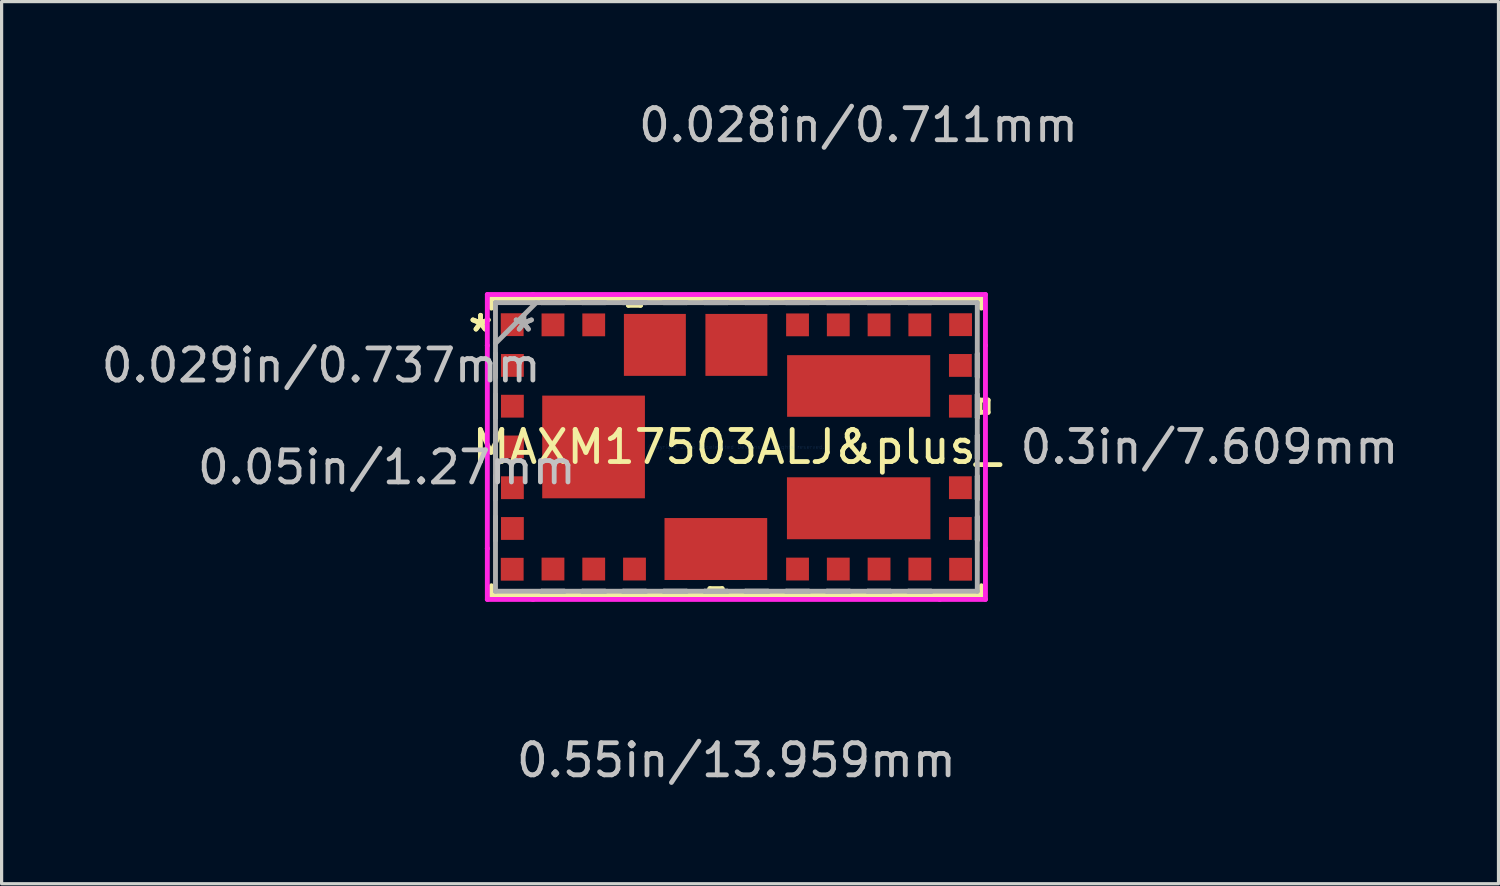
<source format=kicad_pcb>
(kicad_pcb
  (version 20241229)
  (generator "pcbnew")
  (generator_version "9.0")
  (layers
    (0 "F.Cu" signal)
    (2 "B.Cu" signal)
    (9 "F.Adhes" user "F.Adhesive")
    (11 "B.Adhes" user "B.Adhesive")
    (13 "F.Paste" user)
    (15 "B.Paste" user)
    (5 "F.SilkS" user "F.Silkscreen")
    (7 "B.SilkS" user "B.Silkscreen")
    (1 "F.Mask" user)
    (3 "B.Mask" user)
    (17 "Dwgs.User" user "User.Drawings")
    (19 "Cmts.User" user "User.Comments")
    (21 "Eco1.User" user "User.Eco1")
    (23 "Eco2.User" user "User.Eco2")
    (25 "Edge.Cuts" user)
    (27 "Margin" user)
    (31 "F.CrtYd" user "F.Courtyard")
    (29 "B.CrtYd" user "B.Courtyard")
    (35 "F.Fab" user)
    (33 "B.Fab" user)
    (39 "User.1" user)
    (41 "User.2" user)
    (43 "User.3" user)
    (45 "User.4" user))
  (footprint "MAXM17503ALJ&plus_"
    (layer "F.Cu")
    (at 19.894 10.876)
    (property "Reference" "MAXM17503ALJ&plus_" (at 0 0 0) (layer "F.SilkS") (effects (font (size 1 1) (thickness 0.15))))
    (attr through_hole)
    (fp_line (start -7.633 -4.623) (end -7.633 -4.325) (stroke (width 0.152) (type solid)) (layer "F.SilkS"))
    (fp_line (start -7.633 4.325) (end -7.633 4.623) (stroke (width 0.152) (type solid)) (layer "F.SilkS"))
    (fp_line (start -7.633 4.623) (end 7.633 4.623) (stroke (width 0.152) (type solid)) (layer "F.SilkS"))
    (fp_line (start -3.365 -4.668) (end -2.985 -4.668) (stroke (width 0.152) (type solid)) (layer "F.SilkS"))
    (fp_line (start -3.365 -4.414) (end -3.365 -4.668) (stroke (width 0.152) (type solid)) (layer "F.SilkS"))
    (fp_line (start -2.985 -4.668) (end -2.985 -4.414) (stroke (width 0.152) (type solid)) (layer "F.SilkS"))
    (fp_line (start -2.985 -4.414) (end -3.365 -4.414) (stroke (width 0.152) (type solid)) (layer "F.SilkS"))
    (fp_line (start -0.826 4.414) (end -0.826 4.668) (stroke (width 0.152) (type solid)) (layer "F.SilkS"))
    (fp_line (start -0.826 4.668) (end -0.445 4.668) (stroke (width 0.152) (type solid)) (layer "F.SilkS"))
    (fp_line (start -0.445 4.414) (end -0.826 4.414) (stroke (width 0.152) (type solid)) (layer "F.SilkS"))
    (fp_line (start -0.445 4.668) (end -0.445 4.414) (stroke (width 0.152) (type solid)) (layer "F.SilkS"))
    (fp_line (start 7.589 -1.46) (end 7.843 -1.46) (stroke (width 0.152) (type solid)) (layer "F.SilkS"))
    (fp_line (start 7.589 -1.079) (end 7.589 -1.46) (stroke (width 0.152) (type solid)) (layer "F.SilkS"))
    (fp_line (start 7.633 -4.623) (end -7.633 -4.623) (stroke (width 0.152) (type solid)) (layer "F.SilkS"))
    (fp_line (start 7.633 -4.325) (end 7.633 -4.623) (stroke (width 0.152) (type solid)) (layer "F.SilkS"))
    (fp_line (start 7.633 4.623) (end 7.633 4.325) (stroke (width 0.152) (type solid)) (layer "F.SilkS"))
    (fp_line (start 7.843 -1.46) (end 7.843 -1.079) (stroke (width 0.152) (type solid)) (layer "F.SilkS"))
    (fp_line (start 7.843 -1.079) (end 7.589 -1.079) (stroke (width 0.152) (type solid)) (layer "F.SilkS"))
    (fp_line (start -7.76 -4.75) (end -6.337 -4.75) (stroke (width 0.152) (type solid)) (layer "F.CrtYd"))
    (fp_line (start -7.76 -3.162) (end -7.76 -4.75) (stroke (width 0.152) (type solid)) (layer "F.CrtYd"))
    (fp_line (start -7.76 -3.162) (end -7.76 -3.162) (stroke (width 0.152) (type solid)) (layer "F.CrtYd"))
    (fp_line (start -7.76 3.162) (end -7.76 -3.162) (stroke (width 0.152) (type solid)) (layer "F.CrtYd"))
    (fp_line (start -7.76 3.162) (end -7.76 3.162) (stroke (width 0.152) (type solid)) (layer "F.CrtYd"))
    (fp_line (start -7.76 4.75) (end -7.76 3.162) (stroke (width 0.152) (type solid)) (layer "F.CrtYd"))
    (fp_line (start -6.337 -4.75) (end -6.337 -4.75) (stroke (width 0.152) (type solid)) (layer "F.CrtYd"))
    (fp_line (start -6.337 -4.75) (end 6.337 -4.75) (stroke (width 0.152) (type solid)) (layer "F.CrtYd"))
    (fp_line (start -6.337 4.75) (end -7.76 4.75) (stroke (width 0.152) (type solid)) (layer "F.CrtYd"))
    (fp_line (start -6.337 4.75) (end -6.337 4.75) (stroke (width 0.152) (type solid)) (layer "F.CrtYd"))
    (fp_line (start 6.337 -4.75) (end 6.337 -4.75) (stroke (width 0.152) (type solid)) (layer "F.CrtYd"))
    (fp_line (start 6.337 -4.75) (end 7.76 -4.75) (stroke (width 0.152) (type solid)) (layer "F.CrtYd"))
    (fp_line (start 6.337 4.75) (end -6.337 4.75) (stroke (width 0.152) (type solid)) (layer "F.CrtYd"))
    (fp_line (start 6.337 4.75) (end 6.337 4.75) (stroke (width 0.152) (type solid)) (layer "F.CrtYd"))
    (fp_line (start 7.76 -4.75) (end 7.76 -3.162) (stroke (width 0.152) (type solid)) (layer "F.CrtYd"))
    (fp_line (start 7.76 -3.162) (end 7.76 -3.162) (stroke (width 0.152) (type solid)) (layer "F.CrtYd"))
    (fp_line (start 7.76 -3.162) (end 7.76 3.162) (stroke (width 0.152) (type solid)) (layer "F.CrtYd"))
    (fp_line (start 7.76 3.162) (end 7.76 3.162) (stroke (width 0.152) (type solid)) (layer "F.CrtYd"))
    (fp_line (start 7.76 3.162) (end 7.76 4.75) (stroke (width 0.152) (type solid)) (layer "F.CrtYd"))
    (fp_line (start 7.76 4.75) (end 6.337 4.75) (stroke (width 0.152) (type solid)) (layer "F.CrtYd"))
    (fp_line (start -7.506 -4.496) (end -7.506 4.496) (stroke (width 0.152) (type solid)) (layer "F.Fab"))
    (fp_line (start -7.506 -3.226) (end -6.236 -4.496) (stroke (width 0.152) (type solid)) (layer "F.Fab"))
    (fp_line (start -7.506 -2.896) (end -7.506 -2.896) (stroke (width 0.152) (type solid)) (layer "F.Fab"))
    (fp_line (start -7.506 -2.896) (end -7.506 -2.184) (stroke (width 0.152) (type solid)) (layer "F.Fab"))
    (fp_line (start -7.506 -2.184) (end -7.506 -2.896) (stroke (width 0.152) (type solid)) (layer "F.Fab"))
    (fp_line (start -7.506 -2.184) (end -7.506 -2.184) (stroke (width 0.152) (type solid)) (layer "F.Fab"))
    (fp_line (start -7.506 -1.626) (end -7.506 -1.626) (stroke (width 0.152) (type solid)) (layer "F.Fab"))
    (fp_line (start -7.506 -1.626) (end -7.506 -0.914) (stroke (width 0.152) (type solid)) (layer "F.Fab"))
    (fp_line (start -7.506 -0.914) (end -7.506 -1.626) (stroke (width 0.152) (type solid)) (layer "F.Fab"))
    (fp_line (start -7.506 -0.914) (end -7.506 -0.914) (stroke (width 0.152) (type solid)) (layer "F.Fab"))
    (fp_line (start -7.506 -0.356) (end -7.506 -0.356) (stroke (width 0.152) (type solid)) (layer "F.Fab"))
    (fp_line (start -7.506 -0.356) (end -7.506 0.356) (stroke (width 0.152) (type solid)) (layer "F.Fab"))
    (fp_line (start -7.506 0.356) (end -7.506 -0.356) (stroke (width 0.152) (type solid)) (layer "F.Fab"))
    (fp_line (start -7.506 0.356) (end -7.506 0.356) (stroke (width 0.152) (type solid)) (layer "F.Fab"))
    (fp_line (start -7.506 0.914) (end -7.506 0.914) (stroke (width 0.152) (type solid)) (layer "F.Fab"))
    (fp_line (start -7.506 0.914) (end -7.506 1.626) (stroke (width 0.152) (type solid)) (layer "F.Fab"))
    (fp_line (start -7.506 1.626) (end -7.506 0.914) (stroke (width 0.152) (type solid)) (layer "F.Fab"))
    (fp_line (start -7.506 1.626) (end -7.506 1.626) (stroke (width 0.152) (type solid)) (layer "F.Fab"))
    (fp_line (start -7.506 2.184) (end -7.506 2.184) (stroke (width 0.152) (type solid)) (layer "F.Fab"))
    (fp_line (start -7.506 2.184) (end -7.506 2.896) (stroke (width 0.152) (type solid)) (layer "F.Fab"))
    (fp_line (start -7.506 2.896) (end -7.506 2.184) (stroke (width 0.152) (type solid)) (layer "F.Fab"))
    (fp_line (start -7.506 2.896) (end -7.506 2.896) (stroke (width 0.152) (type solid)) (layer "F.Fab"))
    (fp_line (start -7.506 4.496) (end 7.506 4.496) (stroke (width 0.152) (type solid)) (layer "F.Fab"))
    (fp_line (start -6.071 -4.496) (end -6.071 -4.496) (stroke (width 0.152) (type solid)) (layer "F.Fab"))
    (fp_line (start -6.071 -4.496) (end -5.359 -4.496) (stroke (width 0.152) (type solid)) (layer "F.Fab"))
    (fp_line (start -6.071 4.496) (end -6.071 4.496) (stroke (width 0.152) (type solid)) (layer "F.Fab"))
    (fp_line (start -6.071 4.496) (end -5.359 4.496) (stroke (width 0.152) (type solid)) (layer "F.Fab"))
    (fp_line (start -5.359 -4.496) (end -6.071 -4.496) (stroke (width 0.152) (type solid)) (layer "F.Fab"))
    (fp_line (start -5.359 -4.496) (end -5.359 -4.496) (stroke (width 0.152) (type solid)) (layer "F.Fab"))
    (fp_line (start -5.359 4.496) (end -6.071 4.496) (stroke (width 0.152) (type solid)) (layer "F.Fab"))
    (fp_line (start -5.359 4.496) (end -5.359 4.496) (stroke (width 0.152) (type solid)) (layer "F.Fab"))
    (fp_line (start -4.801 -4.496) (end -4.801 -4.496) (stroke (width 0.152) (type solid)) (layer "F.Fab"))
    (fp_line (start -4.801 -4.496) (end -4.089 -4.496) (stroke (width 0.152) (type solid)) (layer "F.Fab"))
    (fp_line (start -4.801 4.496) (end -4.801 4.496) (stroke (width 0.152) (type solid)) (layer "F.Fab"))
    (fp_line (start -4.801 4.496) (end -4.089 4.496) (stroke (width 0.152) (type solid)) (layer "F.Fab"))
    (fp_line (start -4.089 -4.496) (end -4.801 -4.496) (stroke (width 0.152) (type solid)) (layer "F.Fab"))
    (fp_line (start -4.089 -4.496) (end -4.089 -4.496) (stroke (width 0.152) (type solid)) (layer "F.Fab"))
    (fp_line (start -4.089 4.496) (end -4.801 4.496) (stroke (width 0.152) (type solid)) (layer "F.Fab"))
    (fp_line (start -4.089 4.496) (end -4.089 4.496) (stroke (width 0.152) (type solid)) (layer "F.Fab"))
    (fp_line (start -3.531 -4.496) (end -3.531 -4.496) (stroke (width 0.152) (type solid)) (layer "F.Fab"))
    (fp_line (start -3.531 -4.496) (end -2.819 -4.496) (stroke (width 0.152) (type solid)) (layer "F.Fab"))
    (fp_line (start -3.531 4.496) (end -3.531 4.496) (stroke (width 0.152) (type solid)) (layer "F.Fab"))
    (fp_line (start -3.531 4.496) (end -2.819 4.496) (stroke (width 0.152) (type solid)) (layer "F.Fab"))
    (fp_line (start -2.819 -4.496) (end -3.531 -4.496) (stroke (width 0.152) (type solid)) (layer "F.Fab"))
    (fp_line (start -2.819 -4.496) (end -2.819 -4.496) (stroke (width 0.152) (type solid)) (layer "F.Fab"))
    (fp_line (start -2.819 4.496) (end -3.531 4.496) (stroke (width 0.152) (type solid)) (layer "F.Fab"))
    (fp_line (start -2.819 4.496) (end -2.819 4.496) (stroke (width 0.152) (type solid)) (layer "F.Fab"))
    (fp_line (start -2.261 -4.496) (end -2.261 -4.496) (stroke (width 0.152) (type solid)) (layer "F.Fab"))
    (fp_line (start -2.261 -4.496) (end -1.549 -4.496) (stroke (width 0.152) (type solid)) (layer "F.Fab"))
    (fp_line (start -2.261 4.496) (end -2.261 4.496) (stroke (width 0.152) (type solid)) (layer "F.Fab"))
    (fp_line (start -2.261 4.496) (end -1.549 4.496) (stroke (width 0.152) (type solid)) (layer "F.Fab"))
    (fp_line (start -1.549 -4.496) (end -2.261 -4.496) (stroke (width 0.152) (type solid)) (layer "F.Fab"))
    (fp_line (start -1.549 -4.496) (end -1.549 -4.496) (stroke (width 0.152) (type solid)) (layer "F.Fab"))
    (fp_line (start -1.549 4.496) (end -2.261 4.496) (stroke (width 0.152) (type solid)) (layer "F.Fab"))
    (fp_line (start -1.549 4.496) (end -1.549 4.496) (stroke (width 0.152) (type solid)) (layer "F.Fab"))
    (fp_line (start -0.991 -4.496) (end -0.991 -4.496) (stroke (width 0.152) (type solid)) (layer "F.Fab"))
    (fp_line (start -0.991 -4.496) (end -0.279 -4.496) (stroke (width 0.152) (type solid)) (layer "F.Fab"))
    (fp_line (start -0.991 4.496) (end -0.991 4.496) (stroke (width 0.152) (type solid)) (layer "F.Fab"))
    (fp_line (start -0.991 4.496) (end -0.279 4.496) (stroke (width 0.152) (type solid)) (layer "F.Fab"))
    (fp_line (start -0.279 -4.496) (end -0.991 -4.496) (stroke (width 0.152) (type solid)) (layer "F.Fab"))
    (fp_line (start -0.279 -4.496) (end -0.279 -4.496) (stroke (width 0.152) (type solid)) (layer "F.Fab"))
    (fp_line (start -0.279 4.496) (end -0.991 4.496) (stroke (width 0.152) (type solid)) (layer "F.Fab"))
    (fp_line (start -0.279 4.496) (end -0.279 4.496) (stroke (width 0.152) (type solid)) (layer "F.Fab"))
    (fp_line (start 0.279 -4.496) (end 0.279 -4.496) (stroke (width 0.152) (type solid)) (layer "F.Fab"))
    (fp_line (start 0.279 -4.496) (end 0.991 -4.496) (stroke (width 0.152) (type solid)) (layer "F.Fab"))
    (fp_line (start 0.279 4.496) (end 0.279 4.496) (stroke (width 0.152) (type solid)) (layer "F.Fab"))
    (fp_line (start 0.279 4.496) (end 0.991 4.496) (stroke (width 0.152) (type solid)) (layer "F.Fab"))
    (fp_line (start 0.991 -4.496) (end 0.279 -4.496) (stroke (width 0.152) (type solid)) (layer "F.Fab"))
    (fp_line (start 0.991 -4.496) (end 0.991 -4.496) (stroke (width 0.152) (type solid)) (layer "F.Fab"))
    (fp_line (start 0.991 4.496) (end 0.279 4.496) (stroke (width 0.152) (type solid)) (layer "F.Fab"))
    (fp_line (start 0.991 4.496) (end 0.991 4.496) (stroke (width 0.152) (type solid)) (layer "F.Fab"))
    (fp_line (start 1.549 -4.496) (end 1.549 -4.496) (stroke (width 0.152) (type solid)) (layer "F.Fab"))
    (fp_line (start 1.549 -4.496) (end 2.261 -4.496) (stroke (width 0.152) (type solid)) (layer "F.Fab"))
    (fp_line (start 1.549 4.496) (end 1.549 4.496) (stroke (width 0.152) (type solid)) (layer "F.Fab"))
    (fp_line (start 1.549 4.496) (end 2.261 4.496) (stroke (width 0.152) (type solid)) (layer "F.Fab"))
    (fp_line (start 2.261 -4.496) (end 1.549 -4.496) (stroke (width 0.152) (type solid)) (layer "F.Fab"))
    (fp_line (start 2.261 -4.496) (end 2.261 -4.496) (stroke (width 0.152) (type solid)) (layer "F.Fab"))
    (fp_line (start 2.261 4.496) (end 1.549 4.496) (stroke (width 0.152) (type solid)) (layer "F.Fab"))
    (fp_line (start 2.261 4.496) (end 2.261 4.496) (stroke (width 0.152) (type solid)) (layer "F.Fab"))
    (fp_line (start 2.819 -4.496) (end 2.819 -4.496) (stroke (width 0.152) (type solid)) (layer "F.Fab"))
    (fp_line (start 2.819 -4.496) (end 3.531 -4.496) (stroke (width 0.152) (type solid)) (layer "F.Fab"))
    (fp_line (start 2.819 4.496) (end 2.819 4.496) (stroke (width 0.152) (type solid)) (layer "F.Fab"))
    (fp_line (start 2.819 4.496) (end 3.531 4.496) (stroke (width 0.152) (type solid)) (layer "F.Fab"))
    (fp_line (start 3.531 -4.496) (end 2.819 -4.496) (stroke (width 0.152) (type solid)) (layer "F.Fab"))
    (fp_line (start 3.531 -4.496) (end 3.531 -4.496) (stroke (width 0.152) (type solid)) (layer "F.Fab"))
    (fp_line (start 3.531 4.496) (end 2.819 4.496) (stroke (width 0.152) (type solid)) (layer "F.Fab"))
    (fp_line (start 3.531 4.496) (end 3.531 4.496) (stroke (width 0.152) (type solid)) (layer "F.Fab"))
    (fp_line (start 4.089 -4.496) (end 4.089 -4.496) (stroke (width 0.152) (type solid)) (layer "F.Fab"))
    (fp_line (start 4.089 -4.496) (end 4.801 -4.496) (stroke (width 0.152) (type solid)) (layer "F.Fab"))
    (fp_line (start 4.089 4.496) (end 4.089 4.496) (stroke (width 0.152) (type solid)) (layer "F.Fab"))
    (fp_line (start 4.089 4.496) (end 4.801 4.496) (stroke (width 0.152) (type solid)) (layer "F.Fab"))
    (fp_line (start 4.801 -4.496) (end 4.089 -4.496) (stroke (width 0.152) (type solid)) (layer "F.Fab"))
    (fp_line (start 4.801 -4.496) (end 4.801 -4.496) (stroke (width 0.152) (type solid)) (layer "F.Fab"))
    (fp_line (start 4.801 4.496) (end 4.089 4.496) (stroke (width 0.152) (type solid)) (layer "F.Fab"))
    (fp_line (start 4.801 4.496) (end 4.801 4.496) (stroke (width 0.152) (type solid)) (layer "F.Fab"))
    (fp_line (start 5.359 -4.496) (end 5.359 -4.496) (stroke (width 0.152) (type solid)) (layer "F.Fab"))
    (fp_line (start 5.359 -4.496) (end 6.071 -4.496) (stroke (width 0.152) (type solid)) (layer "F.Fab"))
    (fp_line (start 5.359 4.496) (end 5.359 4.496) (stroke (width 0.152) (type solid)) (layer "F.Fab"))
    (fp_line (start 5.359 4.496) (end 6.071 4.496) (stroke (width 0.152) (type solid)) (layer "F.Fab"))
    (fp_line (start 6.071 -4.496) (end 5.359 -4.496) (stroke (width 0.152) (type solid)) (layer "F.Fab"))
    (fp_line (start 6.071 -4.496) (end 6.071 -4.496) (stroke (width 0.152) (type solid)) (layer "F.Fab"))
    (fp_line (start 6.071 4.496) (end 5.359 4.496) (stroke (width 0.152) (type solid)) (layer "F.Fab"))
    (fp_line (start 6.071 4.496) (end 6.071 4.496) (stroke (width 0.152) (type solid)) (layer "F.Fab"))
    (fp_line (start 7.506 -4.496) (end -7.506 -4.496) (stroke (width 0.152) (type solid)) (layer "F.Fab"))
    (fp_line (start 7.506 -2.896) (end 7.506 -2.896) (stroke (width 0.152) (type solid)) (layer "F.Fab"))
    (fp_line (start 7.506 -2.896) (end 7.506 -2.184) (stroke (width 0.152) (type solid)) (layer "F.Fab"))
    (fp_line (start 7.506 -2.184) (end 7.506 -2.896) (stroke (width 0.152) (type solid)) (layer "F.Fab"))
    (fp_line (start 7.506 -2.184) (end 7.506 -2.184) (stroke (width 0.152) (type solid)) (layer "F.Fab"))
    (fp_line (start 7.506 -1.626) (end 7.506 -1.626) (stroke (width 0.152) (type solid)) (layer "F.Fab"))
    (fp_line (start 7.506 -1.626) (end 7.506 -0.914) (stroke (width 0.152) (type solid)) (layer "F.Fab"))
    (fp_line (start 7.506 -0.914) (end 7.506 -1.626) (stroke (width 0.152) (type solid)) (layer "F.Fab"))
    (fp_line (start 7.506 -0.914) (end 7.506 -0.914) (stroke (width 0.152) (type solid)) (layer "F.Fab"))
    (fp_line (start 7.506 -0.356) (end 7.506 -0.356) (stroke (width 0.152) (type solid)) (layer "F.Fab"))
    (fp_line (start 7.506 -0.356) (end 7.506 0.356) (stroke (width 0.152) (type solid)) (layer "F.Fab"))
    (fp_line (start 7.506 0.356) (end 7.506 -0.356) (stroke (width 0.152) (type solid)) (layer "F.Fab"))
    (fp_line (start 7.506 0.356) (end 7.506 0.356) (stroke (width 0.152) (type solid)) (layer "F.Fab"))
    (fp_line (start 7.506 0.914) (end 7.506 0.914) (stroke (width 0.152) (type solid)) (layer "F.Fab"))
    (fp_line (start 7.506 0.914) (end 7.506 1.626) (stroke (width 0.152) (type solid)) (layer "F.Fab"))
    (fp_line (start 7.506 1.626) (end 7.506 0.914) (stroke (width 0.152) (type solid)) (layer "F.Fab"))
    (fp_line (start 7.506 1.626) (end 7.506 1.626) (stroke (width 0.152) (type solid)) (layer "F.Fab"))
    (fp_line (start 7.506 2.184) (end 7.506 2.184) (stroke (width 0.152) (type solid)) (layer "F.Fab"))
    (fp_line (start 7.506 2.184) (end 7.506 2.896) (stroke (width 0.152) (type solid)) (layer "F.Fab"))
    (fp_line (start 7.506 2.896) (end 7.506 2.184) (stroke (width 0.152) (type solid)) (layer "F.Fab"))
    (fp_line (start 7.506 2.896) (end 7.506 2.896) (stroke (width 0.152) (type solid)) (layer "F.Fab"))
    (fp_line (start 7.506 4.496) (end 7.506 -4.496) (stroke (width 0.152) (type solid)) (layer "F.Fab"))
    (fp_text user "*" (at -7.97 -3.556 0) (layer "F.SilkS") (effects (font (size 1 1) (thickness 0.15))))
    (fp_text user "*" (at -7.97 -3.556 0) (layer "F.SilkS") (effects (font (size 1 1) (thickness 0.15))))
    (fp_text user "0.029in/0.737mm" (at -12.936 -2.54 0) (layer "Dwgs.User") (effects (font (size 1 1) (thickness 0.15))))
    (fp_text user "0.3in/7.609mm" (at 14.739 0 0) (layer "Dwgs.User") (effects (font (size 1 1) (thickness 0.15))))
    (fp_text user "0.55in/13.959mm" (at 0 9.761 0) (layer "Dwgs.User") (effects (font (size 1 1) (thickness 0.15))))
    (fp_text user "0.028in/0.711mm" (at 3.804 -10.027 0) (layer "Dwgs.User") (effects (font (size 1 1) (thickness 0.15))))
    (fp_text user "0.05in/1.27mm" (at -10.891 0.635 0) (layer "Dwgs.User") (effects (font (size 1 1) (thickness 0.15))))
    (fp_text user "Copyright 2016 Accelerated Designs. All rights reserved." (at 0 0 0) (layer "Cmts.User") (effects (font (size 0.127 0.127) (thickness 0.002))))
    (fp_text user "*" (at -6.624 -3.556 0) (layer "F.Fab") (effects (font (size 1 1) (thickness 0.15))))
    (fp_text user "*" (at -6.624 -3.556 0) (layer "F.Fab") (effects (font (size 1 1) (thickness 0.15))))
    (pad "1" smd rect (at -6.985 -3.81) (size 0.711 0.711) (layers "F.Cu" "F.Mask" "F.Paste"))
    (pad "2" smd rect (at -6.979 -2.54 90) (size 0.711 0.711) (layers "F.Cu" "F.Mask" "F.Paste"))
    (pad "3" smd rect (at -6.979 -1.27 90) (size 0.711 0.711) (layers "F.Cu" "F.Mask" "F.Paste"))
    (pad "4" smd rect (at -6.979 0 90) (size 0.711 0.711) (layers "F.Cu" "F.Mask" "F.Paste"))
    (pad "5" smd rect (at -6.979 1.27 90) (size 0.711 0.711) (layers "F.Cu" "F.Mask" "F.Paste"))
    (pad "6" smd rect (at -6.979 2.54 90) (size 0.711 0.711) (layers "F.Cu" "F.Mask" "F.Paste"))
    (pad "7" smd rect (at -6.985 3.81) (size 0.711 0.711) (layers "F.Cu" "F.Mask" "F.Paste"))
    (pad "8" smd rect (at -5.715 3.804) (size 0.711 0.711) (layers "F.Cu" "F.Mask" "F.Paste"))
    (pad "9" smd rect (at -4.445 3.804) (size 0.711 0.711) (layers "F.Cu" "F.Mask" "F.Paste"))
    (pad "10" smd rect (at -3.175 3.804) (size 0.711 0.711) (layers "F.Cu" "F.Mask" "F.Paste"))
    (pad "11" smd rect (at -0.64 3.18) (size 3.2 1.93) (layers "F.Cu" "F.Mask" "F.Paste"))
    (pad "12" smd rect (at 1.905 3.804) (size 0.711 0.711) (layers "F.Cu" "F.Mask" "F.Paste"))
    (pad "13" smd rect (at 3.175 3.804) (size 0.711 0.711) (layers "F.Cu" "F.Mask" "F.Paste"))
    (pad "14" smd rect (at 4.445 3.804) (size 0.711 0.711) (layers "F.Cu" "F.Mask" "F.Paste"))
    (pad "15" smd rect (at 5.715 3.804) (size 0.711 0.711) (layers "F.Cu" "F.Mask" "F.Paste"))
    (pad "16" smd rect (at 6.985 3.81) (size 0.711 0.711) (layers "F.Cu" "F.Mask" "F.Paste"))
    (pad "17" smd rect (at 6.979 2.54 90) (size 0.711 0.711) (layers "F.Cu" "F.Mask" "F.Paste"))
    (pad "18" smd rect (at 6.979 1.27 90) (size 0.711 0.711) (layers "F.Cu" "F.Mask" "F.Paste"))
    (pad "19" smd rect (at 6.979 -1.27 90) (size 0.711 0.711) (layers "F.Cu" "F.Mask" "F.Paste"))
    (pad "20" smd rect (at 6.979 -2.54 90) (size 0.711 0.711) (layers "F.Cu" "F.Mask" "F.Paste"))
    (pad "21" smd rect (at 6.985 -3.81) (size 0.711 0.711) (layers "F.Cu" "F.Mask" "F.Paste"))
    (pad "22" smd rect (at 5.715 -3.804) (size 0.711 0.711) (layers "F.Cu" "F.Mask" "F.Paste"))
    (pad "23" smd rect (at 4.445 -3.804) (size 0.711 0.711) (layers "F.Cu" "F.Mask" "F.Paste"))
    (pad "24" smd rect (at 3.175 -3.804) (size 0.711 0.711) (layers "F.Cu" "F.Mask" "F.Paste"))
    (pad "25" smd rect (at 1.905 -3.804) (size 0.711 0.711) (layers "F.Cu" "F.Mask" "F.Paste"))
    (pad "26" smd rect (at 0 -3.18) (size 1.93 1.93) (layers "F.Cu" "F.Mask" "F.Paste"))
    (pad "27" smd rect (at -2.54 -3.18) (size 1.93 1.93) (layers "F.Cu" "F.Mask" "F.Paste"))
    (pad "28" smd rect (at -4.445 -3.804) (size 0.711 0.711) (layers "F.Cu" "F.Mask" "F.Paste"))
    (pad "29" smd rect (at -5.715 -3.804) (size 0.711 0.711) (layers "F.Cu" "F.Mask" "F.Paste"))
    (pad "EP1" smd rect (at -4.45 0) (size 3.2 3.2) (layers "F.Cu" "F.Mask" "F.Paste"))
    (pad "EP2" smd rect (at 3.81 -1.9) (size 4.46 1.92) (layers "F.Cu" "F.Mask" "F.Paste"))
    (pad "EP3" smd rect (at 3.81 1.91) (size 4.47 1.93) (layers "F.Cu" "F.Mask" "F.Paste")))
  (gr_rect
    (start -3 -3)
    (end 43.639 24.485)
    (stroke (width 0.1) (type default))
    (fill no)
    (layer "Edge.Cuts")))
</source>
